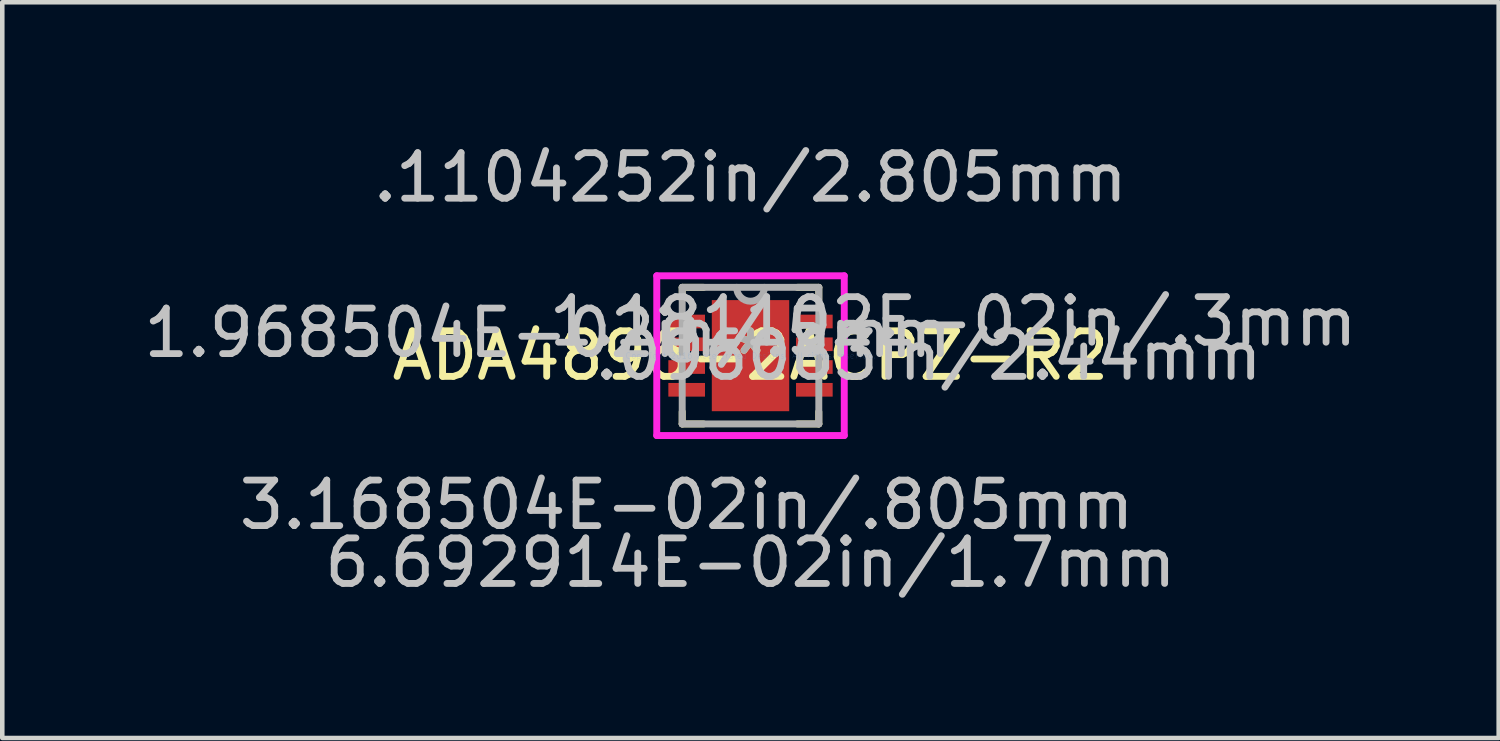
<source format=kicad_pcb>
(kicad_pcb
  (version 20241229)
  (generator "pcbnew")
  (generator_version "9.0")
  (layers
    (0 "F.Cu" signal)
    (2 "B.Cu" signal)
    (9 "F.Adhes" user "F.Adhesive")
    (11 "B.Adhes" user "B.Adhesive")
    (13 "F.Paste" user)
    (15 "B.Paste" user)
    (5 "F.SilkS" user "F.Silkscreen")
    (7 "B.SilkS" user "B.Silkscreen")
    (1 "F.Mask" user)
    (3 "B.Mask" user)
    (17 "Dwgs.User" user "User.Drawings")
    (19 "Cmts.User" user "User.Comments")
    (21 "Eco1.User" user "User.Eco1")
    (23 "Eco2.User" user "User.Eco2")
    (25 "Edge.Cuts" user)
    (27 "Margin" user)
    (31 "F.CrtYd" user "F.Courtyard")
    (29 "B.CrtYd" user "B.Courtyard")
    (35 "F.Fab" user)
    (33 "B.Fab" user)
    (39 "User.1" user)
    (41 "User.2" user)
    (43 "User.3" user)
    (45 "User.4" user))
  (footprint "ADA4896-2ACPZ-R2"
    (layer "F.Cu")
    (at 13.433 4.761)
    (property "Reference" "ADA4896-2ACPZ-R2" (at 0 0 0) (layer "F.SilkS") (effects (font (size 1 1) (thickness 0.15))))
    (attr through_hole)
    (fp_line (start -1.5 -1.5) (end -1.5 -1.233) (stroke (width 0.152) (type solid)) (layer "F.SilkS"))
    (fp_line (start -1.5 1.233) (end -1.5 1.5) (stroke (width 0.152) (type solid)) (layer "F.SilkS"))
    (fp_line (start -1.5 1.5) (end -1.03 1.5) (stroke (width 0.152) (type solid)) (layer "F.SilkS"))
    (fp_line (start -1.03 -1.5) (end -1.5 -1.5) (stroke (width 0.152) (type solid)) (layer "F.SilkS"))
    (fp_line (start 1.03 1.5) (end 1.5 1.5) (stroke (width 0.152) (type solid)) (layer "F.SilkS"))
    (fp_line (start 1.5 -1.5) (end 1.03 -1.5) (stroke (width 0.152) (type solid)) (layer "F.SilkS"))
    (fp_line (start 1.5 -1.233) (end 1.5 -1.5) (stroke (width 0.152) (type solid)) (layer "F.SilkS"))
    (fp_line (start 1.5 1.5) (end 1.5 1.233) (stroke (width 0.152) (type solid)) (layer "F.SilkS"))
    (fp_line (start -2.059 -1.754) (end 2.059 -1.754) (stroke (width 0.152) (type solid)) (layer "F.CrtYd"))
    (fp_line (start -2.059 1.754) (end -2.059 -1.754) (stroke (width 0.152) (type solid)) (layer "F.CrtYd"))
    (fp_line (start 2.059 -1.754) (end 2.059 1.754) (stroke (width 0.152) (type solid)) (layer "F.CrtYd"))
    (fp_line (start 2.059 1.754) (end -2.059 1.754) (stroke (width 0.152) (type solid)) (layer "F.CrtYd"))
    (fp_line (start -1.5 -1.5) (end -1.5 1.5) (stroke (width 0.152) (type solid)) (layer "F.Fab"))
    (fp_line (start -1.5 1.5) (end 1.5 1.5) (stroke (width 0.152) (type solid)) (layer "F.Fab"))
    (fp_line (start 1.5 -1.5) (end -1.5 -1.5) (stroke (width 0.152) (type solid)) (layer "F.Fab"))
    (fp_line (start 1.5 1.5) (end 1.5 -1.5) (stroke (width 0.152) (type solid)) (layer "F.Fab"))
    (fp_arc (start 0.3048 -1.5) (mid 0 -1.1952) (end -0.3048 -1.5) (stroke (width 0.1524) (type solid)) (layer "F.Fab"))
    (fp_text user "*" (at 0 0 0) (layer "F.SilkS") (effects (font (size 1 1) (thickness 0.15))))
    (fp_text user "1.181102E-02in/.3mm" (at 4.45 -0.75 0) (layer "Dwgs.User") (effects (font (size 1 1) (thickness 0.15))))
    (fp_text user "6.692914E-02in/1.7mm" (at 0 4.548 0) (layer "Dwgs.User") (effects (font (size 1 1) (thickness 0.15))))
    (fp_text user "3.168504E-02in/.805mm" (at -1.402 3.278 0) (layer "Dwgs.User") (effects (font (size 1 1) (thickness 0.15))))
    (fp_text user ".1104252in/2.805mm" (at 0 -3.913 0) (layer "Dwgs.User") (effects (font (size 1 1) (thickness 0.15))))
    (fp_text user ".096063in/2.44mm" (at 3.913 0 0) (layer "Dwgs.User") (effects (font (size 1 1) (thickness 0.15))))
    (fp_text user "1.968504E-02in/.5mm" (at -4.45 -0.5 0) (layer "Dwgs.User") (effects (font (size 1 1) (thickness 0.15))))
    (fp_text user "Copyright 2016 Accelerated Designs. All rights reserved." (at 0 0 0) (layer "Cmts.User") (effects (font (size 0.127 0.127) (thickness 0.002))))
    (fp_text user "*" (at 0 0 0) (layer "F.Fab") (effects (font (size 1 1) (thickness 0.15))))
    (pad "1" smd rect (at -1.402 -0.75) (size 0.805 0.3) (layers "F.Cu" "F.Mask" "F.Paste"))
    (pad "2" smd rect (at -1.402 -0.25) (size 0.805 0.3) (layers "F.Cu" "F.Mask" "F.Paste"))
    (pad "3" smd rect (at -1.402 0.25) (size 0.805 0.3) (layers "F.Cu" "F.Mask" "F.Paste"))
    (pad "4" smd rect (at -1.402 0.75) (size 0.805 0.3) (layers "F.Cu" "F.Mask" "F.Paste"))
    (pad "5" smd rect (at 1.402 0.75) (size 0.805 0.3) (layers "F.Cu" "F.Mask" "F.Paste"))
    (pad "6" smd rect (at 1.402 0.25) (size 0.805 0.3) (layers "F.Cu" "F.Mask" "F.Paste"))
    (pad "7" smd rect (at 1.402 -0.25) (size 0.805 0.3) (layers "F.Cu" "F.Mask" "F.Paste"))
    (pad "8" smd rect (at 1.402 -0.75) (size 0.805 0.3) (layers "F.Cu" "F.Mask" "F.Paste"))
    (pad "9" smd rect (at 0 0) (size 1.7 2.44) (layers "F.Cu" "F.Mask" "F.Paste")))
  (gr_rect
    (start -3 -3)
    (end 29.865 13.158)
    (stroke (width 0.1) (type default))
    (fill no)
    (layer "Edge.Cuts")))
</source>
